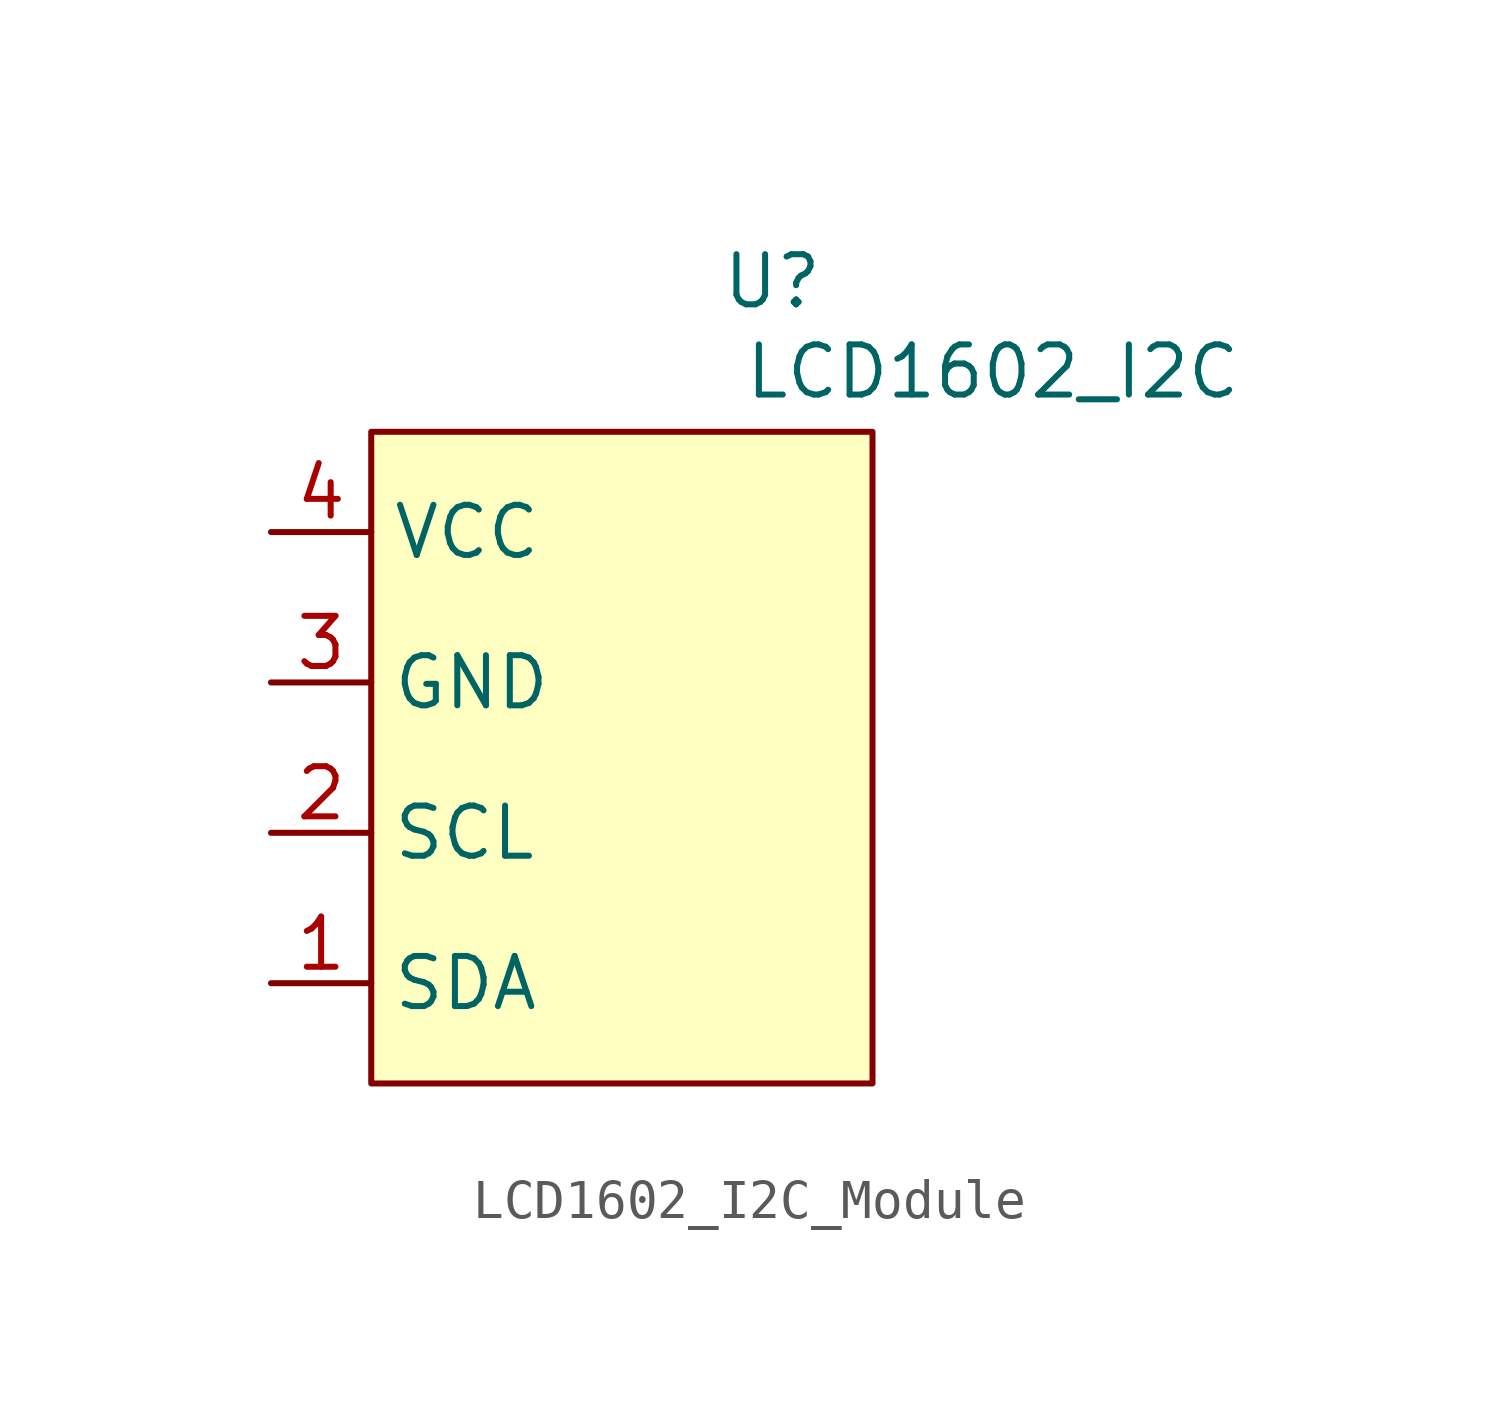
<source format=kicad_sym>
(kicad_symbol_lib
  (version 20241209)
  (generator "kicad_symbol_editor")
  (generator_version "9.0")
  (symbol "LCD1602_I2C_Module"
    (property "Reference" "U"
      (at 3.81 12.7 0)
      (effects (font (size 1.27 1.27))))
    (property "Value" "LCD1602_I2C"
      (at 9.398 10.414 0)
      (effects (font (size 1.27 1.27))))
    (symbol "LCD1602_I2C_Module_1_1"
      (rectangle (start -6.35 8.89) (end 6.35 -7.62) (stroke (width 0) (type solid)) (fill (type color) (color 255 255 194 1)))
      (pin power_in line (at -8.89 6.35 0) (length 2.54) (name "VCC" (effects (font (size 1.27 1.27)))) (number "4" (effects (font (size 1.27 1.27)))))
      (pin power_in line (at -8.89 2.54 0) (length 2.54) (name "GND" (effects (font (size 1.27 1.27)))) (number "3" (effects (font (size 1.27 1.27)))))
      (pin input line (at -8.89 -1.27 0) (length 2.54) (name "SCL" (effects (font (size 1.27 1.27)))) (number "2" (effects (font (size 1.27 1.27)))))
      (pin bidirectional line (at -8.89 -5.08 0) (length 2.54) (name "SDA" (effects (font (size 1.27 1.27)))) (number "1" (effects (font (size 1.27 1.27))))))))
</source>
